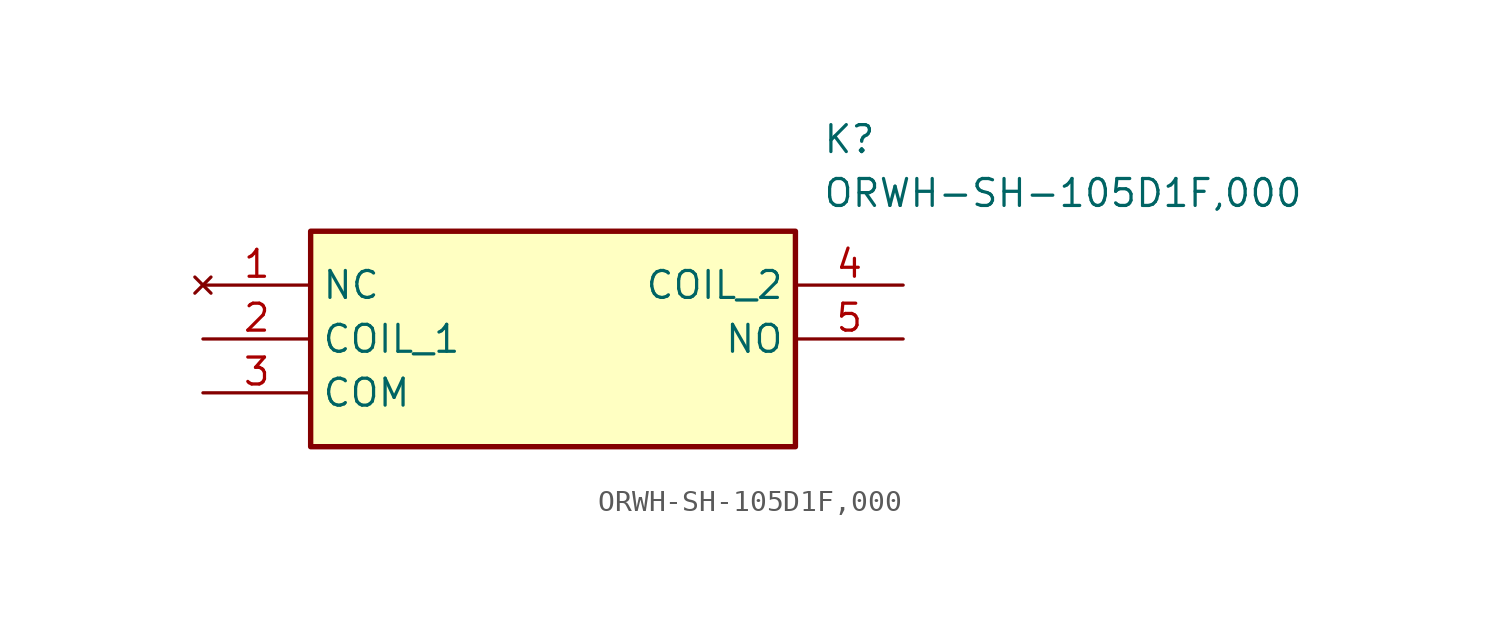
<source format=kicad_sym>
(kicad_symbol_lib
  (version 20211014)
  (generator SamacSys_ECAD_Model)
  (symbol "ORWH-SH-105D1F,000"
    (property "Reference" "K"
      (at 29.21 7.62 0)
      (effects (font (size 1.27 1.27)) (justify left top)))
    (property "Value" "ORWH-SH-105D1F,000"
      (at 29.21 5.08 0)
      (effects (font (size 1.27 1.27)) (justify left top)))
    (rectangle
      (start 5.08 2.54)
      (end 27.94 -7.62)
      (stroke (width 0.254) (type default))
      (fill (type background)))
    (pin no_connect line
      (at 0 0 0)
      (length 5.08)
      (name "NC" (effects (font (size 1.27 1.27))))
      (number "1" (effects (font (size 1.27 1.27)))))
    (pin passive line
      (at 0 -2.54 0)
      (length 5.08)
      (name "COIL_1" (effects (font (size 1.27 1.27))))
      (number "2" (effects (font (size 1.27 1.27)))))
    (pin passive line
      (at 0 -5.08 0)
      (length 5.08)
      (name "COM" (effects (font (size 1.27 1.27))))
      (number "3" (effects (font (size 1.27 1.27)))))
    (pin passive line
      (at 33.02 0 180)
      (length 5.08)
      (name "COIL_2" (effects (font (size 1.27 1.27))))
      (number "4" (effects (font (size 1.27 1.27)))))
    (pin passive line
      (at 33.02 -2.54 180)
      (length 5.08)
      (name "NO" (effects (font (size 1.27 1.27))))
      (number "5" (effects (font (size 1.27 1.27)))))))
</source>
